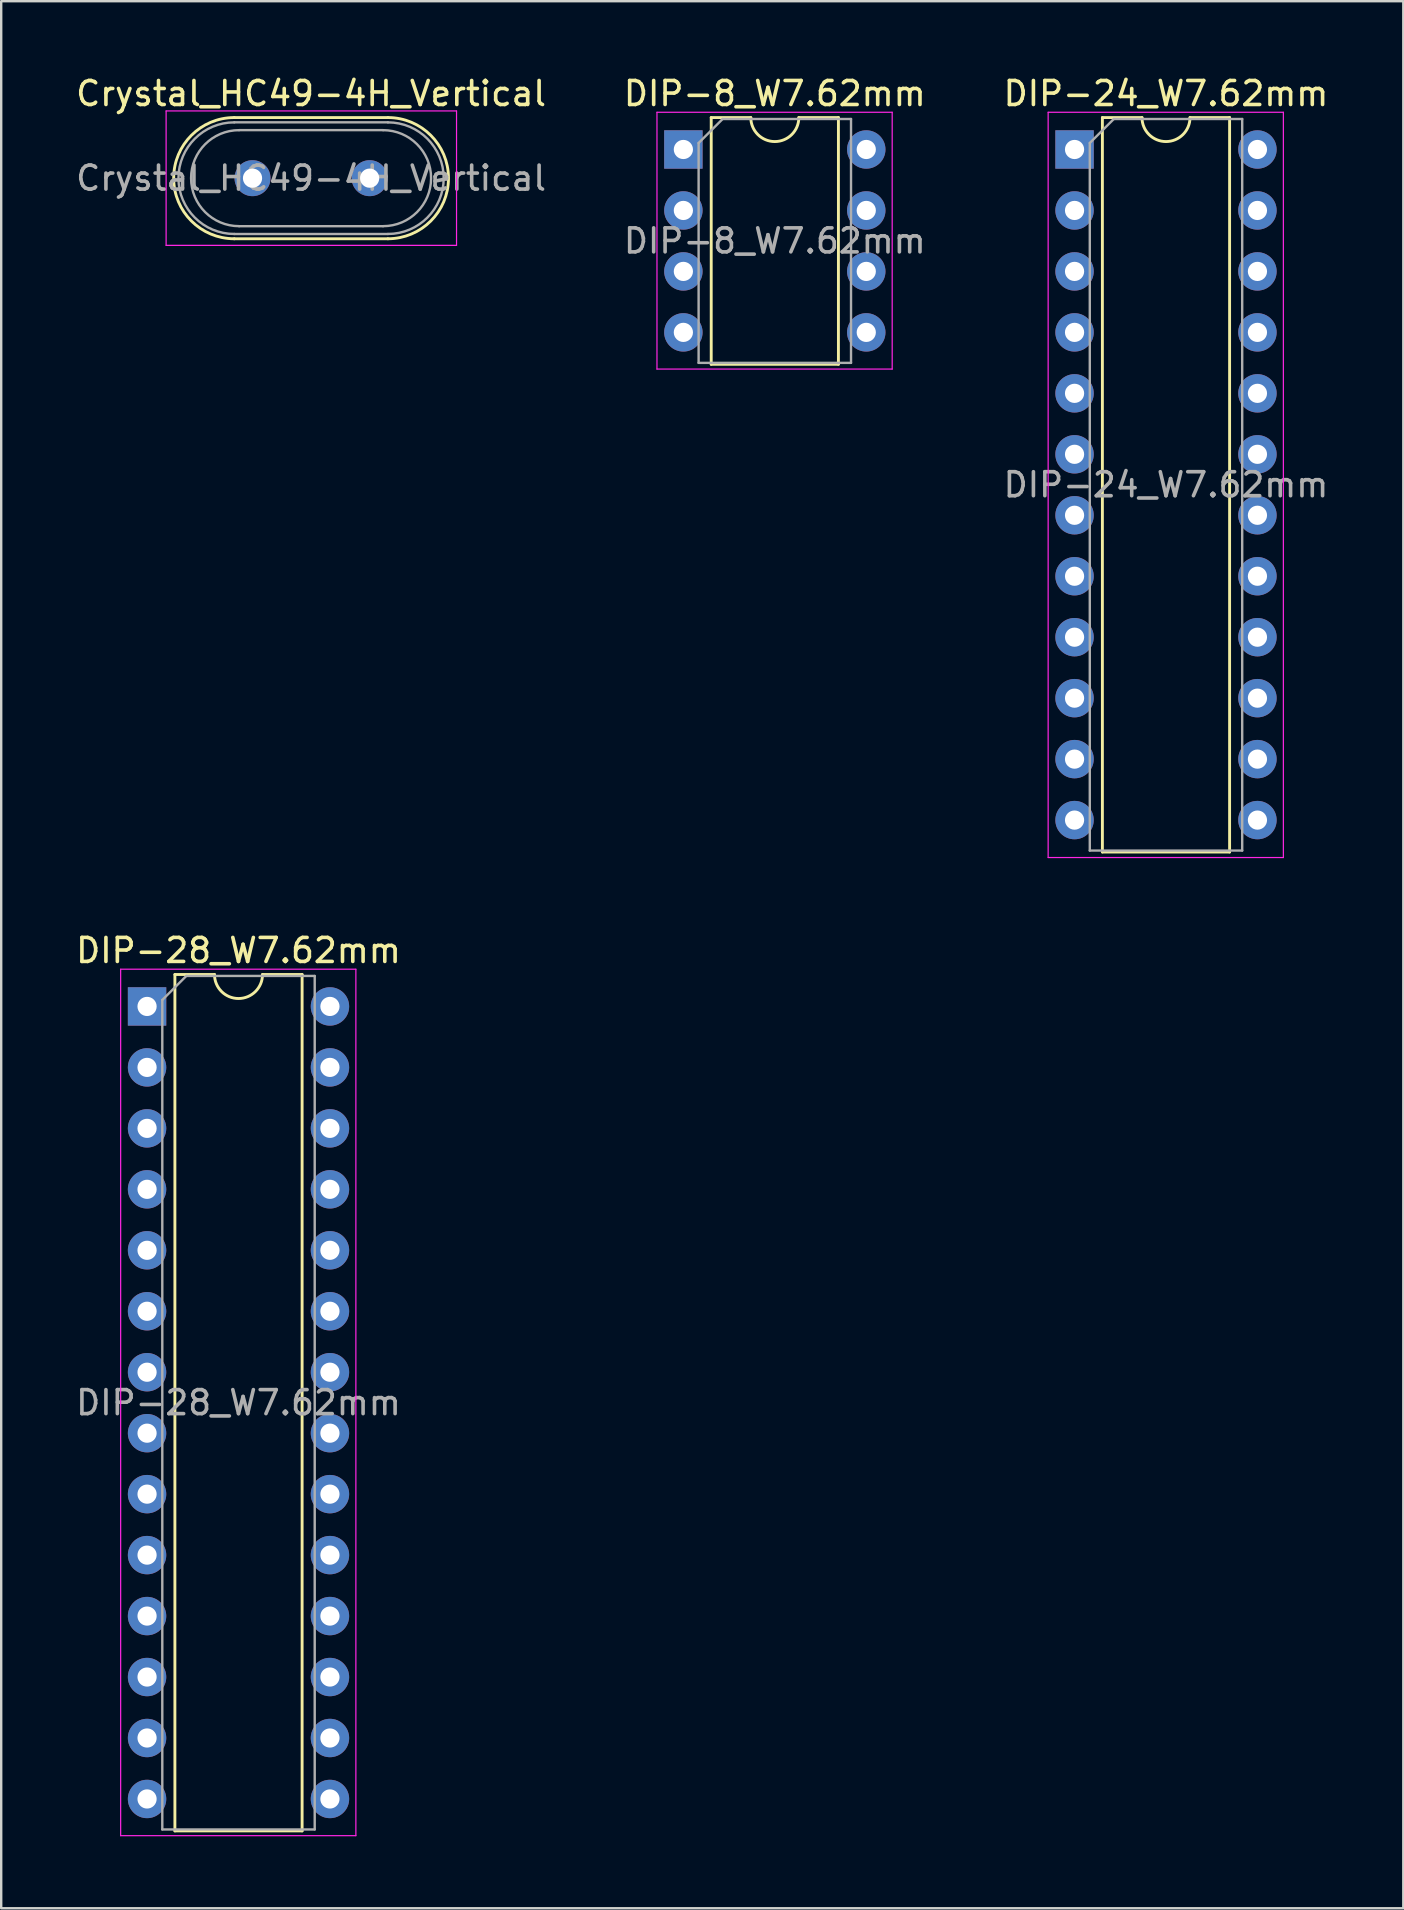
<source format=kicad_pcb>
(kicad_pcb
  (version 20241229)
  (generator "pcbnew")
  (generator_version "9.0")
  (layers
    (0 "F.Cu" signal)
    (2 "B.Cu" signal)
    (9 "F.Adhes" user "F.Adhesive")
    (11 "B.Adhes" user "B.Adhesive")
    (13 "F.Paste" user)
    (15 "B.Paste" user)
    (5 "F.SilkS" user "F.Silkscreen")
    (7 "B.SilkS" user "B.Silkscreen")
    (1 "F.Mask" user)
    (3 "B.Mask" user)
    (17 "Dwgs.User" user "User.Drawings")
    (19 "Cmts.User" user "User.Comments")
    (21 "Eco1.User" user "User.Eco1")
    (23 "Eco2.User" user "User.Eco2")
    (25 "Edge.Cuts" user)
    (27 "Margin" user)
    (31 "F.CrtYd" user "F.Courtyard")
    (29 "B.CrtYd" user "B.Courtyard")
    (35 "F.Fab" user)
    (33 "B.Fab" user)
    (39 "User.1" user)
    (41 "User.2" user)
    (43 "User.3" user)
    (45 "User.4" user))
  (footprint "DIP-8_W7.62mm"
    (layer "F.Cu")
    (at 25.422 3.178)
    (property "Reference" "DIP-8_W7.62mm" (at 3.81 -2.33 0) (layer "F.SilkS") (effects (font (size 1 1) (thickness 0.15))))
    (attr smd)
    (fp_line (start 1.16 -1.33) (end 1.16 8.95) (stroke (width 0.12) (type solid)) (layer "F.SilkS"))
    (fp_line (start 1.16 8.95) (end 6.46 8.95) (stroke (width 0.12) (type solid)) (layer "F.SilkS"))
    (fp_line (start 2.81 -1.33) (end 1.16 -1.33) (stroke (width 0.12) (type solid)) (layer "F.SilkS"))
    (fp_line (start 6.46 -1.33) (end 4.81 -1.33) (stroke (width 0.12) (type solid)) (layer "F.SilkS"))
    (fp_line (start 6.46 8.95) (end 6.46 -1.33) (stroke (width 0.12) (type solid)) (layer "F.SilkS"))
    (fp_arc (start 4.81 -1.33) (mid 3.81 -0.33) (end 2.81 -1.33) (stroke (width 0.12) (type solid)) (layer "F.SilkS"))
    (fp_line (start -1.1 -1.55) (end -1.1 9.15) (stroke (width 0.05) (type solid)) (layer "F.CrtYd"))
    (fp_line (start -1.1 9.15) (end 8.7 9.15) (stroke (width 0.05) (type solid)) (layer "F.CrtYd"))
    (fp_line (start 8.7 -1.55) (end -1.1 -1.55) (stroke (width 0.05) (type solid)) (layer "F.CrtYd"))
    (fp_line (start 8.7 9.15) (end 8.7 -1.55) (stroke (width 0.05) (type solid)) (layer "F.CrtYd"))
    (fp_line (start 0.635 -0.27) (end 1.635 -1.27) (stroke (width 0.1) (type solid)) (layer "F.Fab"))
    (fp_line (start 0.635 8.89) (end 0.635 -0.27) (stroke (width 0.1) (type solid)) (layer "F.Fab"))
    (fp_line (start 1.635 -1.27) (end 6.985 -1.27) (stroke (width 0.1) (type solid)) (layer "F.Fab"))
    (fp_line (start 6.985 -1.27) (end 6.985 8.89) (stroke (width 0.1) (type solid)) (layer "F.Fab"))
    (fp_line (start 6.985 8.89) (end 0.635 8.89) (stroke (width 0.1) (type solid)) (layer "F.Fab"))
    (fp_text user "${REFERENCE}" (at 3.81 3.81 0) (layer "F.Fab") (effects (font (size 1 1) (thickness 0.15))))
    (pad "1" thru_hole rect (at 0 0) (size 1.6 1.6) (drill 0.8) (layers "*.Cu" "*.Mask"))
    (pad "2" thru_hole oval (at 0 2.54) (size 1.6 1.6) (drill 0.8) (layers "*.Cu" "*.Mask"))
    (pad "3" thru_hole oval (at 0 5.08) (size 1.6 1.6) (drill 0.8) (layers "*.Cu" "*.Mask"))
    (pad "4" thru_hole oval (at 0 7.62) (size 1.6 1.6) (drill 0.8) (layers "*.Cu" "*.Mask"))
    (pad "5" thru_hole oval (at 7.62 7.62) (size 1.6 1.6) (drill 0.8) (layers "*.Cu" "*.Mask"))
    (pad "6" thru_hole oval (at 7.62 5.08) (size 1.6 1.6) (drill 0.8) (layers "*.Cu" "*.Mask"))
    (pad "7" thru_hole oval (at 7.62 2.54) (size 1.6 1.6) (drill 0.8) (layers "*.Cu" "*.Mask"))
    (pad "8" thru_hole oval (at 7.62 0) (size 1.6 1.6) (drill 0.8) (layers "*.Cu" "*.Mask")))
  (footprint "Crystal_HC49-4H_Vertical"
    (layer "F.Cu")
    (at 7.471 4.373)
    (property "Reference" "Crystal_HC49-4H_Vertical" (at 2.44 -3.525 0) (layer "F.SilkS") (effects (font (size 1 1) (thickness 0.15))))
    (attr smd)
    (fp_line (start -0.76 -2.525) (end 5.64 -2.525) (stroke (width 0.12) (type solid)) (layer "F.SilkS"))
    (fp_line (start -0.76 2.525) (end 5.64 2.525) (stroke (width 0.12) (type solid)) (layer "F.SilkS"))
    (fp_arc (start -0.76 2.525) (mid -3.285 0) (end -0.76 -2.525) (stroke (width 0.12) (type solid)) (layer "F.SilkS"))
    (fp_arc (start 5.64 -2.525) (mid 8.165 0) (end 5.64 2.525) (stroke (width 0.12) (type solid)) (layer "F.SilkS"))
    (fp_line (start -3.6 -2.8) (end -3.6 2.8) (stroke (width 0.05) (type solid)) (layer "F.CrtYd"))
    (fp_line (start -3.6 2.8) (end 8.5 2.8) (stroke (width 0.05) (type solid)) (layer "F.CrtYd"))
    (fp_line (start 8.5 -2.8) (end -3.6 -2.8) (stroke (width 0.05) (type solid)) (layer "F.CrtYd"))
    (fp_line (start 8.5 2.8) (end 8.5 -2.8) (stroke (width 0.05) (type solid)) (layer "F.CrtYd"))
    (fp_line (start -0.76 -2.325) (end 5.64 -2.325) (stroke (width 0.1) (type solid)) (layer "F.Fab"))
    (fp_line (start -0.76 2.325) (end 5.64 2.325) (stroke (width 0.1) (type solid)) (layer "F.Fab"))
    (fp_line (start -0.56 -2) (end 5.44 -2) (stroke (width 0.1) (type solid)) (layer "F.Fab"))
    (fp_line (start -0.56 2) (end 5.44 2) (stroke (width 0.1) (type solid)) (layer "F.Fab"))
    (fp_arc (start -0.76 2.325) (mid -3.085 0) (end -0.76 -2.325) (stroke (width 0.1) (type solid)) (layer "F.Fab"))
    (fp_arc (start -0.56 2) (mid -2.56 0) (end -0.56 -2) (stroke (width 0.1) (type solid)) (layer "F.Fab"))
    (fp_arc (start 5.44 -2) (mid 7.44 0) (end 5.44 2) (stroke (width 0.1) (type solid)) (layer "F.Fab"))
    (fp_arc (start 5.64 -2.325) (mid 7.965 0) (end 5.64 2.325) (stroke (width 0.1) (type solid)) (layer "F.Fab"))
    (fp_text user "${REFERENCE}" (at 2.44 0 0) (layer "F.Fab") (effects (font (size 1 1) (thickness 0.15))))
    (pad "1" thru_hole circle (at 0 0) (size 1.5 1.5) (drill 0.8) (layers "*.Cu" "*.Mask"))
    (pad "2" thru_hole circle (at 4.88 0) (size 1.5 1.5) (drill 0.8) (layers "*.Cu" "*.Mask")))
  (footprint "DIP-28_W7.62mm"
    (layer "F.Cu")
    (at 3.077 38.882)
    (property "Reference" "DIP-28_W7.62mm" (at 3.81 -2.33 0) (layer "F.SilkS") (effects (font (size 1 1) (thickness 0.15))))
    (attr smd)
    (fp_line (start 1.16 -1.33) (end 1.16 34.35) (stroke (width 0.12) (type solid)) (layer "F.SilkS"))
    (fp_line (start 1.16 34.35) (end 6.46 34.35) (stroke (width 0.12) (type solid)) (layer "F.SilkS"))
    (fp_line (start 2.81 -1.33) (end 1.16 -1.33) (stroke (width 0.12) (type solid)) (layer "F.SilkS"))
    (fp_line (start 6.46 -1.33) (end 4.81 -1.33) (stroke (width 0.12) (type solid)) (layer "F.SilkS"))
    (fp_line (start 6.46 34.35) (end 6.46 -1.33) (stroke (width 0.12) (type solid)) (layer "F.SilkS"))
    (fp_arc (start 4.81 -1.33) (mid 3.81 -0.33) (end 2.81 -1.33) (stroke (width 0.12) (type solid)) (layer "F.SilkS"))
    (fp_line (start -1.1 -1.55) (end -1.1 34.55) (stroke (width 0.05) (type solid)) (layer "F.CrtYd"))
    (fp_line (start -1.1 34.55) (end 8.7 34.55) (stroke (width 0.05) (type solid)) (layer "F.CrtYd"))
    (fp_line (start 8.7 -1.55) (end -1.1 -1.55) (stroke (width 0.05) (type solid)) (layer "F.CrtYd"))
    (fp_line (start 8.7 34.55) (end 8.7 -1.55) (stroke (width 0.05) (type solid)) (layer "F.CrtYd"))
    (fp_line (start 0.635 -0.27) (end 1.635 -1.27) (stroke (width 0.1) (type solid)) (layer "F.Fab"))
    (fp_line (start 0.635 34.29) (end 0.635 -0.27) (stroke (width 0.1) (type solid)) (layer "F.Fab"))
    (fp_line (start 1.635 -1.27) (end 6.985 -1.27) (stroke (width 0.1) (type solid)) (layer "F.Fab"))
    (fp_line (start 6.985 -1.27) (end 6.985 34.29) (stroke (width 0.1) (type solid)) (layer "F.Fab"))
    (fp_line (start 6.985 34.29) (end 0.635 34.29) (stroke (width 0.1) (type solid)) (layer "F.Fab"))
    (fp_text user "${REFERENCE}" (at 3.81 16.51 0) (layer "F.Fab") (effects (font (size 1 1) (thickness 0.15))))
    (pad "1" thru_hole rect (at 0 0) (size 1.6 1.6) (drill 0.8) (layers "*.Cu" "*.Mask"))
    (pad "2" thru_hole oval (at 0 2.54) (size 1.6 1.6) (drill 0.8) (layers "*.Cu" "*.Mask"))
    (pad "3" thru_hole oval (at 0 5.08) (size 1.6 1.6) (drill 0.8) (layers "*.Cu" "*.Mask"))
    (pad "4" thru_hole oval (at 0 7.62) (size 1.6 1.6) (drill 0.8) (layers "*.Cu" "*.Mask"))
    (pad "5" thru_hole oval (at 0 10.16) (size 1.6 1.6) (drill 0.8) (layers "*.Cu" "*.Mask"))
    (pad "6" thru_hole oval (at 0 12.7) (size 1.6 1.6) (drill 0.8) (layers "*.Cu" "*.Mask"))
    (pad "7" thru_hole oval (at 0 15.24) (size 1.6 1.6) (drill 0.8) (layers "*.Cu" "*.Mask"))
    (pad "8" thru_hole oval (at 0 17.78) (size 1.6 1.6) (drill 0.8) (layers "*.Cu" "*.Mask"))
    (pad "9" thru_hole oval (at 0 20.32) (size 1.6 1.6) (drill 0.8) (layers "*.Cu" "*.Mask"))
    (pad "10" thru_hole oval (at 0 22.86) (size 1.6 1.6) (drill 0.8) (layers "*.Cu" "*.Mask"))
    (pad "11" thru_hole oval (at 0 25.4) (size 1.6 1.6) (drill 0.8) (layers "*.Cu" "*.Mask"))
    (pad "12" thru_hole oval (at 0 27.94) (size 1.6 1.6) (drill 0.8) (layers "*.Cu" "*.Mask"))
    (pad "13" thru_hole oval (at 0 30.48) (size 1.6 1.6) (drill 0.8) (layers "*.Cu" "*.Mask"))
    (pad "14" thru_hole oval (at 0 33.02) (size 1.6 1.6) (drill 0.8) (layers "*.Cu" "*.Mask"))
    (pad "15" thru_hole oval (at 7.62 33.02) (size 1.6 1.6) (drill 0.8) (layers "*.Cu" "*.Mask"))
    (pad "16" thru_hole oval (at 7.62 30.48) (size 1.6 1.6) (drill 0.8) (layers "*.Cu" "*.Mask"))
    (pad "17" thru_hole oval (at 7.62 27.94) (size 1.6 1.6) (drill 0.8) (layers "*.Cu" "*.Mask"))
    (pad "18" thru_hole oval (at 7.62 25.4) (size 1.6 1.6) (drill 0.8) (layers "*.Cu" "*.Mask"))
    (pad "19" thru_hole oval (at 7.62 22.86) (size 1.6 1.6) (drill 0.8) (layers "*.Cu" "*.Mask"))
    (pad "20" thru_hole oval (at 7.62 20.32) (size 1.6 1.6) (drill 0.8) (layers "*.Cu" "*.Mask"))
    (pad "21" thru_hole oval (at 7.62 17.78) (size 1.6 1.6) (drill 0.8) (layers "*.Cu" "*.Mask"))
    (pad "22" thru_hole oval (at 7.62 15.24) (size 1.6 1.6) (drill 0.8) (layers "*.Cu" "*.Mask"))
    (pad "23" thru_hole oval (at 7.62 12.7) (size 1.6 1.6) (drill 0.8) (layers "*.Cu" "*.Mask"))
    (pad "24" thru_hole oval (at 7.62 10.16) (size 1.6 1.6) (drill 0.8) (layers "*.Cu" "*.Mask"))
    (pad "25" thru_hole oval (at 7.62 7.62) (size 1.6 1.6) (drill 0.8) (layers "*.Cu" "*.Mask"))
    (pad "26" thru_hole oval (at 7.62 5.08) (size 1.6 1.6) (drill 0.8) (layers "*.Cu" "*.Mask"))
    (pad "27" thru_hole oval (at 7.62 2.54) (size 1.6 1.6) (drill 0.8) (layers "*.Cu" "*.Mask"))
    (pad "28" thru_hole oval (at 7.62 0) (size 1.6 1.6) (drill 0.8) (layers "*.Cu" "*.Mask")))
  (footprint "DIP-24_W7.62mm"
    (layer "F.Cu")
    (at 41.72 3.178)
    (property "Reference" "DIP-24_W7.62mm" (at 3.81 -2.33 0) (layer "F.SilkS") (effects (font (size 1 1) (thickness 0.15))))
    (attr smd)
    (fp_line (start 1.16 -1.33) (end 1.16 29.27) (stroke (width 0.12) (type solid)) (layer "F.SilkS"))
    (fp_line (start 1.16 29.27) (end 6.46 29.27) (stroke (width 0.12) (type solid)) (layer "F.SilkS"))
    (fp_line (start 2.81 -1.33) (end 1.16 -1.33) (stroke (width 0.12) (type solid)) (layer "F.SilkS"))
    (fp_line (start 6.46 -1.33) (end 4.81 -1.33) (stroke (width 0.12) (type solid)) (layer "F.SilkS"))
    (fp_line (start 6.46 29.27) (end 6.46 -1.33) (stroke (width 0.12) (type solid)) (layer "F.SilkS"))
    (fp_arc (start 4.81 -1.33) (mid 3.81 -0.33) (end 2.81 -1.33) (stroke (width 0.12) (type solid)) (layer "F.SilkS"))
    (fp_line (start -1.1 -1.55) (end -1.1 29.5) (stroke (width 0.05) (type solid)) (layer "F.CrtYd"))
    (fp_line (start -1.1 29.5) (end 8.7 29.5) (stroke (width 0.05) (type solid)) (layer "F.CrtYd"))
    (fp_line (start 8.7 -1.55) (end -1.1 -1.55) (stroke (width 0.05) (type solid)) (layer "F.CrtYd"))
    (fp_line (start 8.7 29.5) (end 8.7 -1.55) (stroke (width 0.05) (type solid)) (layer "F.CrtYd"))
    (fp_line (start 0.635 -0.27) (end 1.635 -1.27) (stroke (width 0.1) (type solid)) (layer "F.Fab"))
    (fp_line (start 0.635 29.21) (end 0.635 -0.27) (stroke (width 0.1) (type solid)) (layer "F.Fab"))
    (fp_line (start 1.635 -1.27) (end 6.985 -1.27) (stroke (width 0.1) (type solid)) (layer "F.Fab"))
    (fp_line (start 6.985 -1.27) (end 6.985 29.21) (stroke (width 0.1) (type solid)) (layer "F.Fab"))
    (fp_line (start 6.985 29.21) (end 0.635 29.21) (stroke (width 0.1) (type solid)) (layer "F.Fab"))
    (fp_text user "${REFERENCE}" (at 3.81 13.97 0) (layer "F.Fab") (effects (font (size 1 1) (thickness 0.15))))
    (pad "1" thru_hole rect (at 0 0) (size 1.6 1.6) (drill 0.8) (layers "*.Cu" "*.Mask"))
    (pad "2" thru_hole oval (at 0 2.54) (size 1.6 1.6) (drill 0.8) (layers "*.Cu" "*.Mask"))
    (pad "3" thru_hole oval (at 0 5.08) (size 1.6 1.6) (drill 0.8) (layers "*.Cu" "*.Mask"))
    (pad "4" thru_hole oval (at 0 7.62) (size 1.6 1.6) (drill 0.8) (layers "*.Cu" "*.Mask"))
    (pad "5" thru_hole oval (at 0 10.16) (size 1.6 1.6) (drill 0.8) (layers "*.Cu" "*.Mask"))
    (pad "6" thru_hole oval (at 0 12.7) (size 1.6 1.6) (drill 0.8) (layers "*.Cu" "*.Mask"))
    (pad "7" thru_hole oval (at 0 15.24) (size 1.6 1.6) (drill 0.8) (layers "*.Cu" "*.Mask"))
    (pad "8" thru_hole oval (at 0 17.78) (size 1.6 1.6) (drill 0.8) (layers "*.Cu" "*.Mask"))
    (pad "9" thru_hole oval (at 0 20.32) (size 1.6 1.6) (drill 0.8) (layers "*.Cu" "*.Mask"))
    (pad "10" thru_hole oval (at 0 22.86) (size 1.6 1.6) (drill 0.8) (layers "*.Cu" "*.Mask"))
    (pad "11" thru_hole oval (at 0 25.4) (size 1.6 1.6) (drill 0.8) (layers "*.Cu" "*.Mask"))
    (pad "12" thru_hole oval (at 0 27.94) (size 1.6 1.6) (drill 0.8) (layers "*.Cu" "*.Mask"))
    (pad "13" thru_hole oval (at 7.62 27.94) (size 1.6 1.6) (drill 0.8) (layers "*.Cu" "*.Mask"))
    (pad "14" thru_hole oval (at 7.62 25.4) (size 1.6 1.6) (drill 0.8) (layers "*.Cu" "*.Mask"))
    (pad "15" thru_hole oval (at 7.62 22.86) (size 1.6 1.6) (drill 0.8) (layers "*.Cu" "*.Mask"))
    (pad "16" thru_hole oval (at 7.62 20.32) (size 1.6 1.6) (drill 0.8) (layers "*.Cu" "*.Mask"))
    (pad "17" thru_hole oval (at 7.62 17.78) (size 1.6 1.6) (drill 0.8) (layers "*.Cu" "*.Mask"))
    (pad "18" thru_hole oval (at 7.62 15.24) (size 1.6 1.6) (drill 0.8) (layers "*.Cu" "*.Mask"))
    (pad "19" thru_hole oval (at 7.62 12.7) (size 1.6 1.6) (drill 0.8) (layers "*.Cu" "*.Mask"))
    (pad "20" thru_hole oval (at 7.62 10.16) (size 1.6 1.6) (drill 0.8) (layers "*.Cu" "*.Mask"))
    (pad "21" thru_hole oval (at 7.62 7.62) (size 1.6 1.6) (drill 0.8) (layers "*.Cu" "*.Mask"))
    (pad "22" thru_hole oval (at 7.62 5.08) (size 1.6 1.6) (drill 0.8) (layers "*.Cu" "*.Mask"))
    (pad "23" thru_hole oval (at 7.62 2.54) (size 1.6 1.6) (drill 0.8) (layers "*.Cu" "*.Mask"))
    (pad "24" thru_hole oval (at 7.62 0) (size 1.6 1.6) (drill 0.8) (layers "*.Cu" "*.Mask")))
  (gr_rect
    (start -3 -3)
    (end 55.417 76.457)
    (stroke (width 0.1) (type default))
    (fill no)
    (layer "Edge.Cuts")))
</source>
